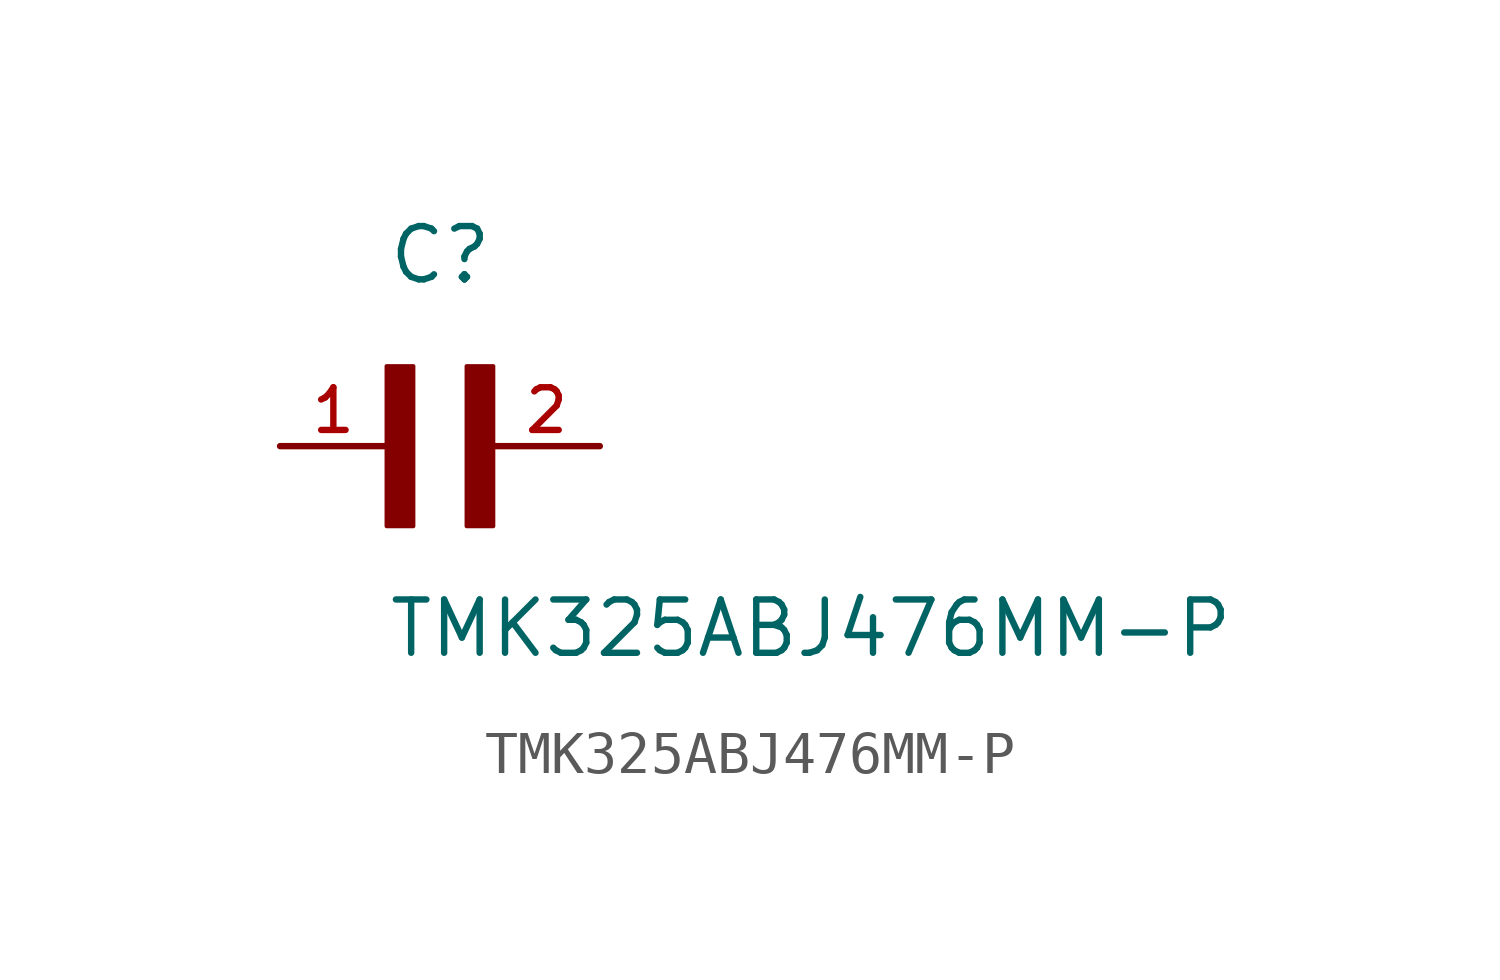
<source format=kicad_sym>
(kicad_symbol_lib
  (version 20211014)
  (generator kicad_symbol_editor)
  (symbol "TMK325ABJ476MM-P"
    (pin_names
      (offset 1.016))
    (property "Reference" "C"
      (at 0.0 3.811 0)
      (effects (font (size 1.27 1.27)) (justify bottom left)))
    (property "Value" "TMK325ABJ476MM-P"
      (at 0.0 -5.088 0)
      (effects (font (size 1.27 1.27)) (justify bottom left)))
    (symbol "TMK325ABJ476MM-P_0_0"
      (rectangle (start 0.0 -1.907) (end 0.635 1.905) (stroke (width 0.1)) (fill (type outline)))
      (rectangle (start 1.907 -1.907) (end 2.54 1.905) (stroke (width 0.1)) (fill (type outline)))
      (pin passive line (at 5.08 0.0 180.0) (length 2.54) (name "~" (effects (font (size 1.016 1.016)))) (number "2" (effects (font (size 1.016 1.016)))))
      (pin passive line (at -2.54 0.0 0) (length 2.54) (name "~" (effects (font (size 1.016 1.016)))) (number "1" (effects (font (size 1.016 1.016))))))))
</source>
